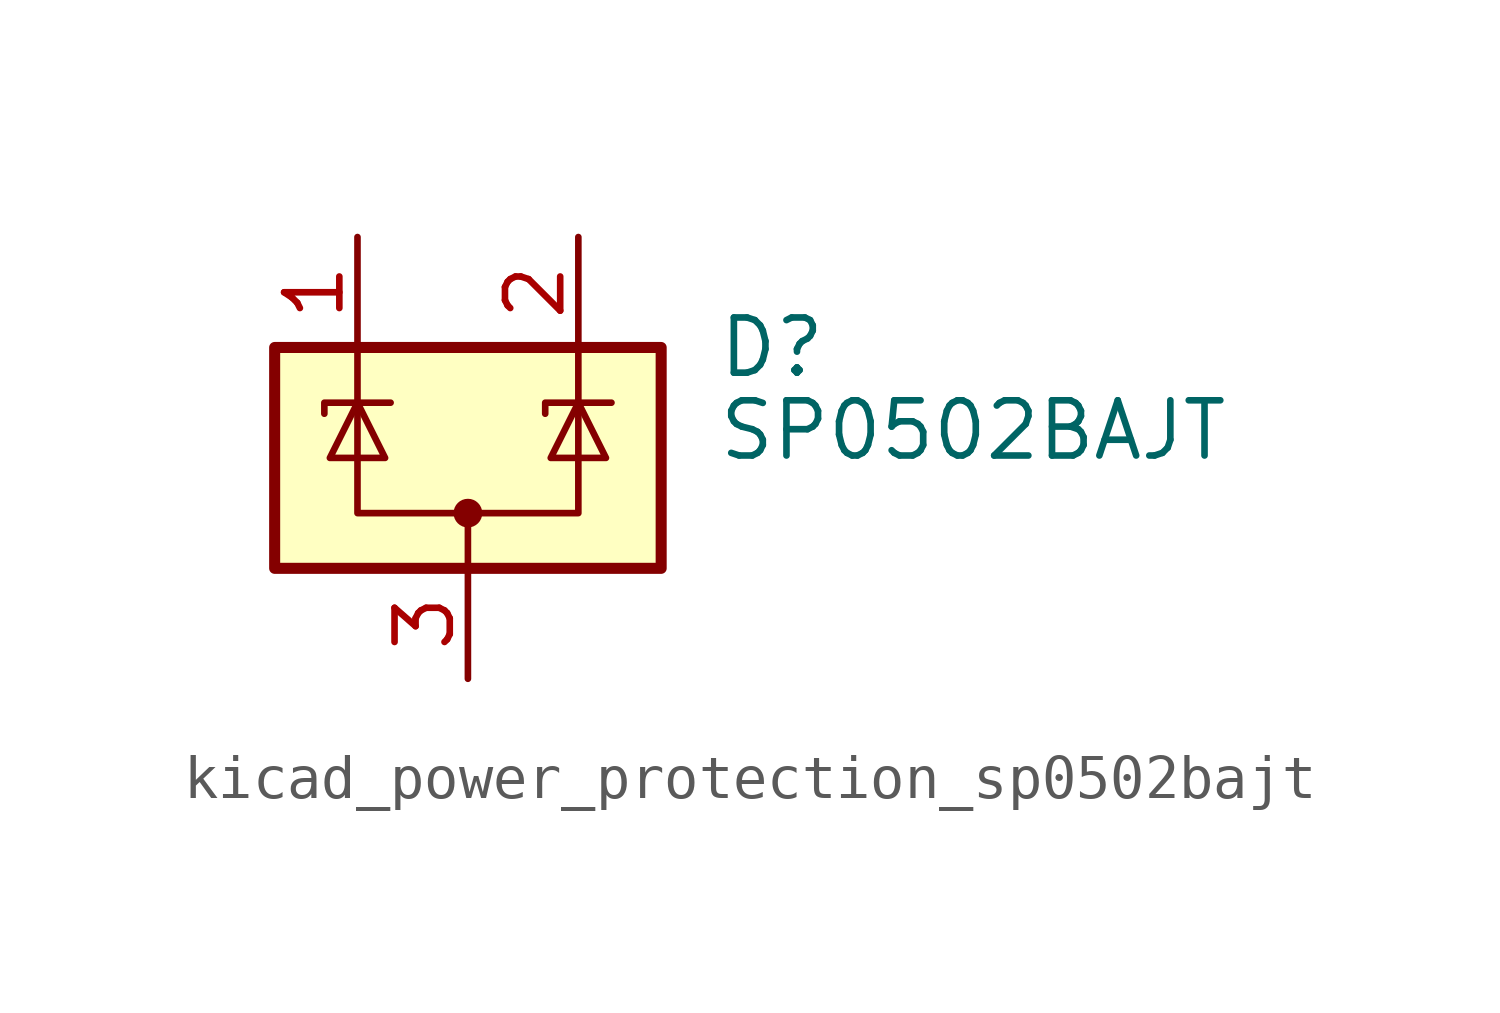
<source format=kicad_sym>
(kicad_symbol_lib
  (version 20220914)
  (generator kicad_symbol_editor)
  (symbol "kicad_power_protection_sp0502bajt"
    (pin_names hide)
    (property "Reference" "D"
      (at 5.715 2.54 0)
      (effects (font (size 1.27 1.27)) (justify left)))
    (property "Value" "SP0502BAJT"
      (at 5.715 0.635 0)
      (effects (font (size 1.27 1.27)) (justify left)))
    (symbol "kicad_power_protection_sp0502bajt_0_0"
      (pin passive line (at 0 -5.08 90) (length 2.54) (name "A" (effects (font (size 1.27 1.27)))) (number "3" (effects (font (size 1.27 1.27))))))
    (symbol "kicad_power_protection_sp0502bajt_0_1"
      (rectangle (start -4.445 2.54) (end 4.445 -2.54) (stroke (width 0.254) (type default)) (fill (type background)))
      (circle (center 0 -1.27) (radius 0.254) (stroke (width 0) (type default)) (fill (type outline)))
      (polyline (pts (xy -2.54 2.54) (xy -2.54 1.27)) (stroke (width 0) (type default)) (fill (type none)))
      (polyline (pts (xy 0 -1.27) (xy 0 -2.54)) (stroke (width 0) (type default)) (fill (type none)))
      (polyline (pts (xy 2.54 2.54) (xy 2.54 1.27)) (stroke (width 0) (type default)) (fill (type none)))
      (polyline (pts (xy -3.302 1.016) (xy -3.302 1.27) (xy -1.905 1.27) (xy -1.778 1.27)) (stroke (width 0) (type default)) (fill (type none)))
      (polyline (pts (xy -2.54 1.27) (xy -2.54 -1.27) (xy 2.54 -1.27) (xy 2.54 1.27)) (stroke (width 0) (type default)) (fill (type none)))
      (polyline (pts (xy -2.54 1.27) (xy -1.905 0) (xy -3.175 0) (xy -2.54 1.27)) (stroke (width 0) (type default)) (fill (type none)))
      (polyline (pts (xy 1.778 1.016) (xy 1.778 1.27) (xy 3.175 1.27) (xy 3.302 1.27)) (stroke (width 0) (type default)) (fill (type none)))
      (polyline (pts (xy 2.54 1.27) (xy 1.905 0) (xy 3.175 0) (xy 2.54 1.27)) (stroke (width 0) (type default)) (fill (type none))))
    (symbol "kicad_power_protection_sp0502bajt_1_1"
      (pin passive line (at -2.54 5.08 270) (length 2.54) (name "K" (effects (font (size 1.27 1.27)))) (number "1" (effects (font (size 1.27 1.27)))))
      (pin passive line (at 2.54 5.08 270) (length 2.54) (name "K" (effects (font (size 1.27 1.27)))) (number "2" (effects (font (size 1.27 1.27))))))))
</source>
